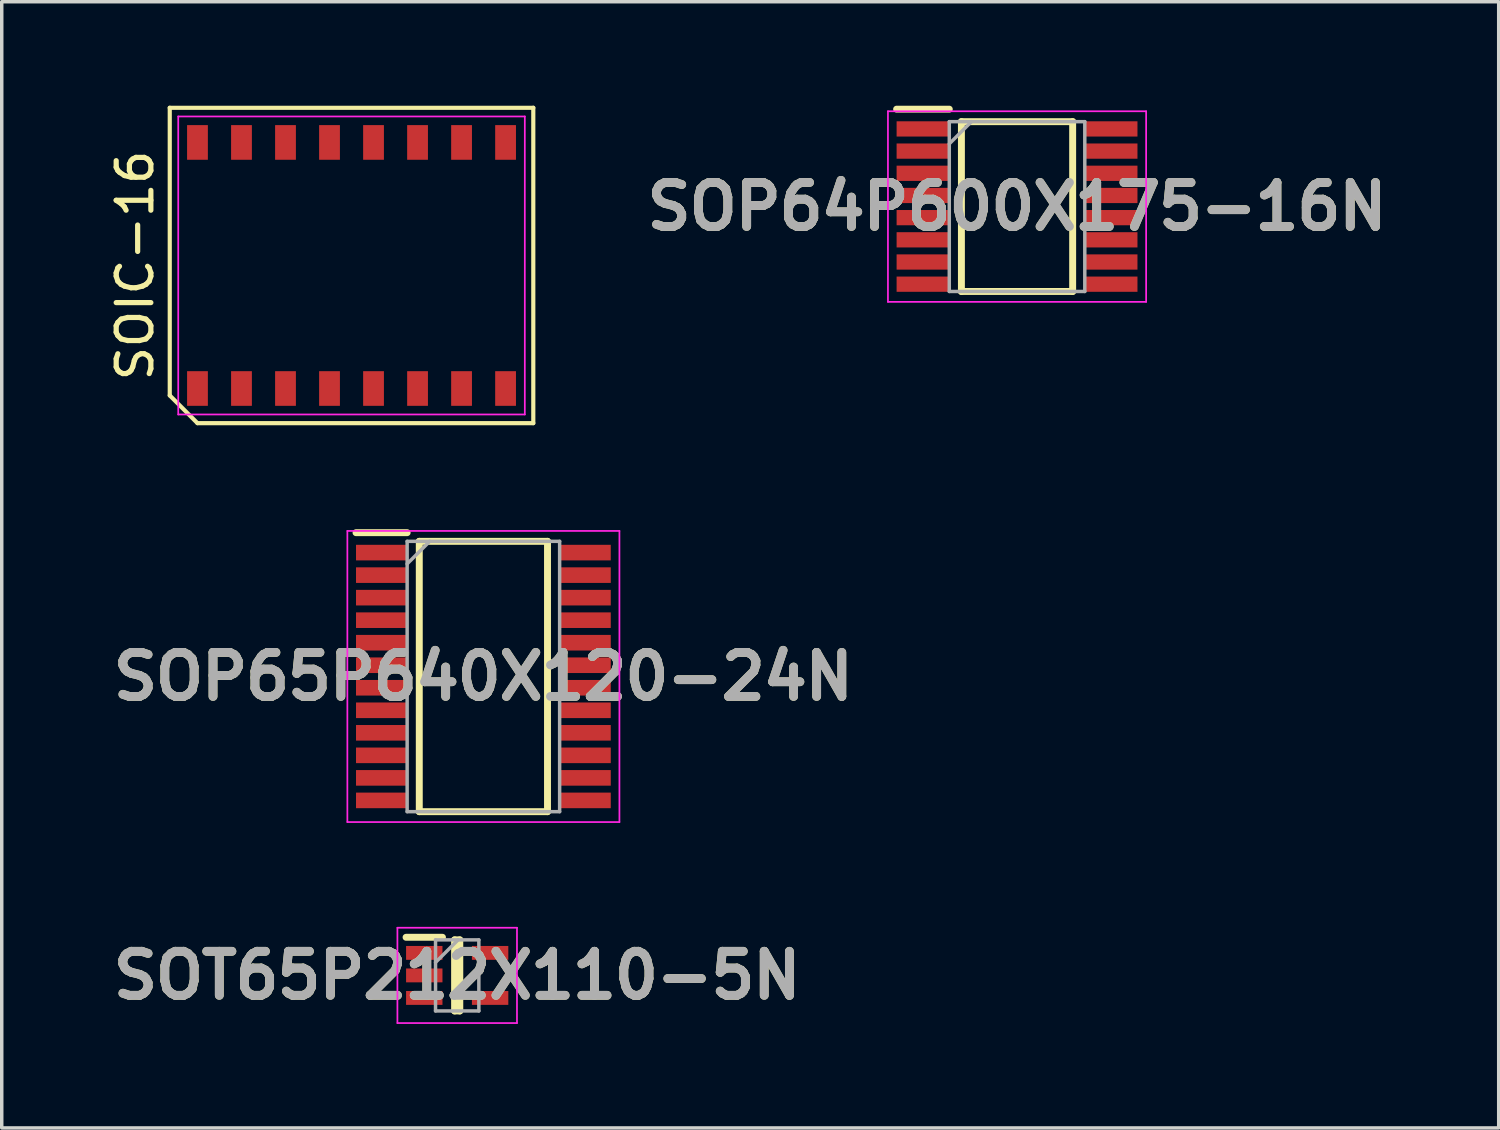
<source format=kicad_pcb>
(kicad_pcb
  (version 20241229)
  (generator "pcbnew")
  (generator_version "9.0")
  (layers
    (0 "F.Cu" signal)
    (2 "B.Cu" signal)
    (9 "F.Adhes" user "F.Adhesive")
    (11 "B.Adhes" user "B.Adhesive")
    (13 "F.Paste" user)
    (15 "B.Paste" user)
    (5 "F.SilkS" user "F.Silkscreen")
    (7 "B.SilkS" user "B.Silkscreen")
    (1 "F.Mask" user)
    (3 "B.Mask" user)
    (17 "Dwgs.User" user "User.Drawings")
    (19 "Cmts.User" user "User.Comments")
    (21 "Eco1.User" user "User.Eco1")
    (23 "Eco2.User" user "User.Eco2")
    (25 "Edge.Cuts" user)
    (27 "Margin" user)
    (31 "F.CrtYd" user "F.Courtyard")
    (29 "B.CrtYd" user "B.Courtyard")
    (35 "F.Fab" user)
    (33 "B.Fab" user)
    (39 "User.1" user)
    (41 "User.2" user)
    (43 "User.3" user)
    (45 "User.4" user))
  (footprint "SOIC-16"
    (layer "F.Cu")
    (at 7.093 4.61)
    (property "Reference" "SOIC-16" (at -6.245 0 90) (layer "F.SilkS") (effects (font (size 1 1) (thickness 0.15))))
    (attr smd)
    (fp_line (start -5.245 -4.55) (end 5.245 -4.55) (stroke (width 0.12) (type solid)) (layer "F.SilkS"))
    (fp_line (start -5.245 3.75) (end -5.245 -4.55) (stroke (width 0.12) (type solid)) (layer "F.SilkS"))
    (fp_line (start -4.445 4.55) (end -5.245 3.75) (stroke (width 0.12) (type solid)) (layer "F.SilkS"))
    (fp_line (start 5.245 -4.55) (end 5.245 4.55) (stroke (width 0.12) (type solid)) (layer "F.SilkS"))
    (fp_line (start 5.245 4.55) (end -4.445 4.55) (stroke (width 0.12) (type solid)) (layer "F.SilkS"))
    (fp_line (start -5 -4.3) (end 5 -4.3) (stroke (width 0.05) (type solid)) (layer "F.CrtYd"))
    (fp_line (start -5 4.3) (end -5 -4.3) (stroke (width 0.05) (type solid)) (layer "F.CrtYd"))
    (fp_line (start 5 -4.3) (end 5 4.3) (stroke (width 0.05) (type solid)) (layer "F.CrtYd"))
    (fp_line (start 5 4.3) (end -5 4.3) (stroke (width 0.05) (type solid)) (layer "F.CrtYd"))
    (pad "1" smd rect (at -4.445 3.55) (size 0.6 1) (layers "F.Cu" "F.Mask" "F.Paste"))
    (pad "2" smd rect (at -3.175 3.55) (size 0.6 1) (layers "F.Cu" "F.Mask" "F.Paste"))
    (pad "3" smd rect (at -1.905 3.55) (size 0.6 1) (layers "F.Cu" "F.Mask" "F.Paste"))
    (pad "4" smd rect (at -0.635 3.55) (size 0.6 1) (layers "F.Cu" "F.Mask" "F.Paste"))
    (pad "5" smd rect (at 0.635 3.55) (size 0.6 1) (layers "F.Cu" "F.Mask" "F.Paste"))
    (pad "6" smd rect (at 1.905 3.55) (size 0.6 1) (layers "F.Cu" "F.Mask" "F.Paste"))
    (pad "7" smd rect (at 3.175 3.55) (size 0.6 1) (layers "F.Cu" "F.Mask" "F.Paste"))
    (pad "8" smd rect (at 4.445 3.55) (size 0.6 1) (layers "F.Cu" "F.Mask" "F.Paste"))
    (pad "9" smd rect (at 4.445 -3.55) (size 0.6 1) (layers "F.Cu" "F.Mask" "F.Paste"))
    (pad "10" smd rect (at 3.175 -3.55) (size 0.6 1) (layers "F.Cu" "F.Mask" "F.Paste"))
    (pad "11" smd rect (at 1.905 -3.55) (size 0.6 1) (layers "F.Cu" "F.Mask" "F.Paste"))
    (pad "12" smd rect (at 0.635 -3.55) (size 0.6 1) (layers "F.Cu" "F.Mask" "F.Paste"))
    (pad "13" smd rect (at -0.635 -3.55) (size 0.6 1) (layers "F.Cu" "F.Mask" "F.Paste"))
    (pad "14" smd rect (at -1.905 -3.55) (size 0.6 1) (layers "F.Cu" "F.Mask" "F.Paste"))
    (pad "15" smd rect (at -3.175 -3.55) (size 0.6 1) (layers "F.Cu" "F.Mask" "F.Paste"))
    (pad "16" smd rect (at -4.445 -3.55) (size 0.6 1) (layers "F.Cu" "F.Mask" "F.Paste")))
  (footprint "SOP65P640X120-24N"
    (layer "F.Cu")
    (at 10.898 16.47)
    (property "Reference" "SOP65P640X120-24N" (at 0 0 0) (layer "F.SilkS") (effects (font (size 1.27 1.27) (thickness 0.254))))
    (attr smd)
    (fp_line (start -3.675 -4.15) (end -2.2 -4.15) (stroke (width 0.2) (type solid)) (layer "F.SilkS"))
    (fp_line (start -1.85 -3.9) (end 1.85 -3.9) (stroke (width 0.2) (type solid)) (layer "F.SilkS"))
    (fp_line (start -1.85 3.9) (end -1.85 -3.9) (stroke (width 0.2) (type solid)) (layer "F.SilkS"))
    (fp_line (start 1.85 -3.9) (end 1.85 3.9) (stroke (width 0.2) (type solid)) (layer "F.SilkS"))
    (fp_line (start 1.85 3.9) (end -1.85 3.9) (stroke (width 0.2) (type solid)) (layer "F.SilkS"))
    (fp_line (start -3.925 -4.2) (end 3.925 -4.2) (stroke (width 0.05) (type solid)) (layer "F.CrtYd"))
    (fp_line (start -3.925 4.2) (end -3.925 -4.2) (stroke (width 0.05) (type solid)) (layer "F.CrtYd"))
    (fp_line (start 3.925 -4.2) (end 3.925 4.2) (stroke (width 0.05) (type solid)) (layer "F.CrtYd"))
    (fp_line (start 3.925 4.2) (end -3.925 4.2) (stroke (width 0.05) (type solid)) (layer "F.CrtYd"))
    (fp_line (start -2.2 -3.9) (end 2.2 -3.9) (stroke (width 0.1) (type solid)) (layer "F.Fab"))
    (fp_line (start -2.2 -3.25) (end -1.55 -3.9) (stroke (width 0.1) (type solid)) (layer "F.Fab"))
    (fp_line (start -2.2 3.9) (end -2.2 -3.9) (stroke (width 0.1) (type solid)) (layer "F.Fab"))
    (fp_line (start 2.2 -3.9) (end 2.2 3.9) (stroke (width 0.1) (type solid)) (layer "F.Fab"))
    (fp_line (start 2.2 3.9) (end -2.2 3.9) (stroke (width 0.1) (type solid)) (layer "F.Fab"))
    (fp_text user "${REFERENCE}" (at 0 0 0) (layer "F.Fab") (effects (font (size 1.27 1.27) (thickness 0.254))))
    (pad "1" smd rect (at -2.938 -3.575 90) (size 0.45 1.475) (layers "F.Cu" "F.Mask" "F.Paste"))
    (pad "2" smd rect (at -2.938 -2.925 90) (size 0.45 1.475) (layers "F.Cu" "F.Mask" "F.Paste"))
    (pad "3" smd rect (at -2.938 -2.275 90) (size 0.45 1.475) (layers "F.Cu" "F.Mask" "F.Paste"))
    (pad "4" smd rect (at -2.938 -1.625 90) (size 0.45 1.475) (layers "F.Cu" "F.Mask" "F.Paste"))
    (pad "5" smd rect (at -2.938 -0.975 90) (size 0.45 1.475) (layers "F.Cu" "F.Mask" "F.Paste"))
    (pad "6" smd rect (at -2.938 -0.325 90) (size 0.45 1.475) (layers "F.Cu" "F.Mask" "F.Paste"))
    (pad "7" smd rect (at -2.938 0.325 90) (size 0.45 1.475) (layers "F.Cu" "F.Mask" "F.Paste"))
    (pad "8" smd rect (at -2.938 0.975 90) (size 0.45 1.475) (layers "F.Cu" "F.Mask" "F.Paste"))
    (pad "9" smd rect (at -2.938 1.625 90) (size 0.45 1.475) (layers "F.Cu" "F.Mask" "F.Paste"))
    (pad "10" smd rect (at -2.938 2.275 90) (size 0.45 1.475) (layers "F.Cu" "F.Mask" "F.Paste"))
    (pad "11" smd rect (at -2.938 2.925 90) (size 0.45 1.475) (layers "F.Cu" "F.Mask" "F.Paste"))
    (pad "12" smd rect (at -2.938 3.575 90) (size 0.45 1.475) (layers "F.Cu" "F.Mask" "F.Paste"))
    (pad "13" smd rect (at 2.938 3.575 90) (size 0.45 1.475) (layers "F.Cu" "F.Mask" "F.Paste"))
    (pad "14" smd rect (at 2.938 2.925 90) (size 0.45 1.475) (layers "F.Cu" "F.Mask" "F.Paste"))
    (pad "15" smd rect (at 2.938 2.275 90) (size 0.45 1.475) (layers "F.Cu" "F.Mask" "F.Paste"))
    (pad "16" smd rect (at 2.938 1.625 90) (size 0.45 1.475) (layers "F.Cu" "F.Mask" "F.Paste"))
    (pad "17" smd rect (at 2.938 0.975 90) (size 0.45 1.475) (layers "F.Cu" "F.Mask" "F.Paste"))
    (pad "18" smd rect (at 2.938 0.325 90) (size 0.45 1.475) (layers "F.Cu" "F.Mask" "F.Paste"))
    (pad "19" smd rect (at 2.938 -0.325 90) (size 0.45 1.475) (layers "F.Cu" "F.Mask" "F.Paste"))
    (pad "20" smd rect (at 2.938 -0.975 90) (size 0.45 1.475) (layers "F.Cu" "F.Mask" "F.Paste"))
    (pad "21" smd rect (at 2.938 -1.625 90) (size 0.45 1.475) (layers "F.Cu" "F.Mask" "F.Paste"))
    (pad "22" smd rect (at 2.938 -2.275 90) (size 0.45 1.475) (layers "F.Cu" "F.Mask" "F.Paste"))
    (pad "23" smd rect (at 2.938 -2.925 90) (size 0.45 1.475) (layers "F.Cu" "F.Mask" "F.Paste"))
    (pad "24" smd rect (at 2.938 -3.575 90) (size 0.45 1.475) (layers "F.Cu" "F.Mask" "F.Paste")))
  (footprint "SOT65P212X110-5N"
    (layer "F.Cu")
    (at 10.142 25.095)
    (property "Reference" "SOT65P212X110-5N" (at 0 0 0) (layer "F.SilkS") (effects (font (size 1.27 1.27) (thickness 0.254))))
    (attr smd)
    (fp_line (start -1.475 -1.1) (end -0.425 -1.1) (stroke (width 0.2) (type solid)) (layer "F.SilkS"))
    (fp_line (start -0.075 -1.025) (end 0.075 -1.025) (stroke (width 0.2) (type solid)) (layer "F.SilkS"))
    (fp_line (start -0.075 1.025) (end -0.075 -1.025) (stroke (width 0.2) (type solid)) (layer "F.SilkS"))
    (fp_line (start 0.075 -1.025) (end 0.075 1.025) (stroke (width 0.2) (type solid)) (layer "F.SilkS"))
    (fp_line (start 0.075 1.025) (end -0.075 1.025) (stroke (width 0.2) (type solid)) (layer "F.SilkS"))
    (fp_line (start -1.725 -1.375) (end 1.725 -1.375) (stroke (width 0.05) (type solid)) (layer "F.CrtYd"))
    (fp_line (start -1.725 1.375) (end -1.725 -1.375) (stroke (width 0.05) (type solid)) (layer "F.CrtYd"))
    (fp_line (start 1.725 -1.375) (end 1.725 1.375) (stroke (width 0.05) (type solid)) (layer "F.CrtYd"))
    (fp_line (start 1.725 1.375) (end -1.725 1.375) (stroke (width 0.05) (type solid)) (layer "F.CrtYd"))
    (fp_line (start -0.625 -1.025) (end 0.625 -1.025) (stroke (width 0.1) (type solid)) (layer "F.Fab"))
    (fp_line (start -0.625 -0.375) (end 0.025 -1.025) (stroke (width 0.1) (type solid)) (layer "F.Fab"))
    (fp_line (start -0.625 1.025) (end -0.625 -1.025) (stroke (width 0.1) (type solid)) (layer "F.Fab"))
    (fp_line (start 0.625 -1.025) (end 0.625 1.025) (stroke (width 0.1) (type solid)) (layer "F.Fab"))
    (fp_line (start 0.625 1.025) (end -0.625 1.025) (stroke (width 0.1) (type solid)) (layer "F.Fab"))
    (fp_text user "${REFERENCE}" (at 0 0 0) (layer "F.Fab") (effects (font (size 1.27 1.27) (thickness 0.254))))
    (pad "1" smd rect (at -0.95 -0.65 90) (size 0.4 1.05) (layers "F.Cu" "F.Mask" "F.Paste"))
    (pad "2" smd rect (at -0.95 0 90) (size 0.4 1.05) (layers "F.Cu" "F.Mask" "F.Paste"))
    (pad "3" smd rect (at -0.95 0.65 90) (size 0.4 1.05) (layers "F.Cu" "F.Mask" "F.Paste"))
    (pad "4" smd rect (at 0.95 0.65 90) (size 0.4 1.05) (layers "F.Cu" "F.Mask" "F.Paste"))
    (pad "5" smd rect (at 0.95 -0.65 90) (size 0.4 1.05) (layers "F.Cu" "F.Mask" "F.Paste")))
  (footprint "SOP64P600X175-16N"
    (layer "F.Cu")
    (at 26.296 2.91)
    (property "Reference" "SOP64P600X175-16N" (at 0 0 0) (layer "F.SilkS") (effects (font (size 1.27 1.27) (thickness 0.254))))
    (attr smd)
    (fp_line (start -3.475 -2.81) (end -1.955 -2.81) (stroke (width 0.2) (type solid)) (layer "F.SilkS"))
    (fp_line (start -1.605 -2.45) (end 1.605 -2.45) (stroke (width 0.2) (type solid)) (layer "F.SilkS"))
    (fp_line (start -1.605 2.45) (end -1.605 -2.45) (stroke (width 0.2) (type solid)) (layer "F.SilkS"))
    (fp_line (start 1.605 -2.45) (end 1.605 2.45) (stroke (width 0.2) (type solid)) (layer "F.SilkS"))
    (fp_line (start 1.605 2.45) (end -1.605 2.45) (stroke (width 0.2) (type solid)) (layer "F.SilkS"))
    (fp_line (start -3.725 -2.75) (end 3.725 -2.75) (stroke (width 0.05) (type solid)) (layer "F.CrtYd"))
    (fp_line (start -3.725 2.75) (end -3.725 -2.75) (stroke (width 0.05) (type solid)) (layer "F.CrtYd"))
    (fp_line (start 3.725 -2.75) (end 3.725 2.75) (stroke (width 0.05) (type solid)) (layer "F.CrtYd"))
    (fp_line (start 3.725 2.75) (end -3.725 2.75) (stroke (width 0.05) (type solid)) (layer "F.CrtYd"))
    (fp_line (start -1.955 -2.45) (end 1.955 -2.45) (stroke (width 0.1) (type solid)) (layer "F.Fab"))
    (fp_line (start -1.955 -1.81) (end -1.315 -2.45) (stroke (width 0.1) (type solid)) (layer "F.Fab"))
    (fp_line (start -1.955 2.45) (end -1.955 -2.45) (stroke (width 0.1) (type solid)) (layer "F.Fab"))
    (fp_line (start 1.955 -2.45) (end 1.955 2.45) (stroke (width 0.1) (type solid)) (layer "F.Fab"))
    (fp_line (start 1.955 2.45) (end -1.955 2.45) (stroke (width 0.1) (type solid)) (layer "F.Fab"))
    (fp_text user "${REFERENCE}" (at 0 0 0) (layer "F.Fab") (effects (font (size 1.27 1.27) (thickness 0.254))))
    (pad "1" smd rect (at -2.715 -2.24 90) (size 0.44 1.52) (layers "F.Cu" "F.Mask" "F.Paste"))
    (pad "2" smd rect (at -2.715 -1.6 90) (size 0.44 1.52) (layers "F.Cu" "F.Mask" "F.Paste"))
    (pad "3" smd rect (at -2.715 -0.96 90) (size 0.44 1.52) (layers "F.Cu" "F.Mask" "F.Paste"))
    (pad "4" smd rect (at -2.715 -0.32 90) (size 0.44 1.52) (layers "F.Cu" "F.Mask" "F.Paste"))
    (pad "5" smd rect (at -2.715 0.32 90) (size 0.44 1.52) (layers "F.Cu" "F.Mask" "F.Paste"))
    (pad "6" smd rect (at -2.715 0.96 90) (size 0.44 1.52) (layers "F.Cu" "F.Mask" "F.Paste"))
    (pad "7" smd rect (at -2.715 1.6 90) (size 0.44 1.52) (layers "F.Cu" "F.Mask" "F.Paste"))
    (pad "8" smd rect (at -2.715 2.24 90) (size 0.44 1.52) (layers "F.Cu" "F.Mask" "F.Paste"))
    (pad "9" smd rect (at 2.715 2.24 90) (size 0.44 1.52) (layers "F.Cu" "F.Mask" "F.Paste"))
    (pad "10" smd rect (at 2.715 1.6 90) (size 0.44 1.52) (layers "F.Cu" "F.Mask" "F.Paste"))
    (pad "11" smd rect (at 2.715 0.96 90) (size 0.44 1.52) (layers "F.Cu" "F.Mask" "F.Paste"))
    (pad "12" smd rect (at 2.715 0.32 90) (size 0.44 1.52) (layers "F.Cu" "F.Mask" "F.Paste"))
    (pad "13" smd rect (at 2.715 -0.32 90) (size 0.44 1.52) (layers "F.Cu" "F.Mask" "F.Paste"))
    (pad "14" smd rect (at 2.715 -0.96 90) (size 0.44 1.52) (layers "F.Cu" "F.Mask" "F.Paste"))
    (pad "15" smd rect (at 2.715 -1.6 90) (size 0.44 1.52) (layers "F.Cu" "F.Mask" "F.Paste"))
    (pad "16" smd rect (at 2.715 -2.24 90) (size 0.44 1.52) (layers "F.Cu" "F.Mask" "F.Paste")))
  (gr_rect
    (start -3 -3)
    (end 40.194 29.495)
    (stroke (width 0.1) (type default))
    (fill no)
    (layer "Edge.Cuts")))
</source>
